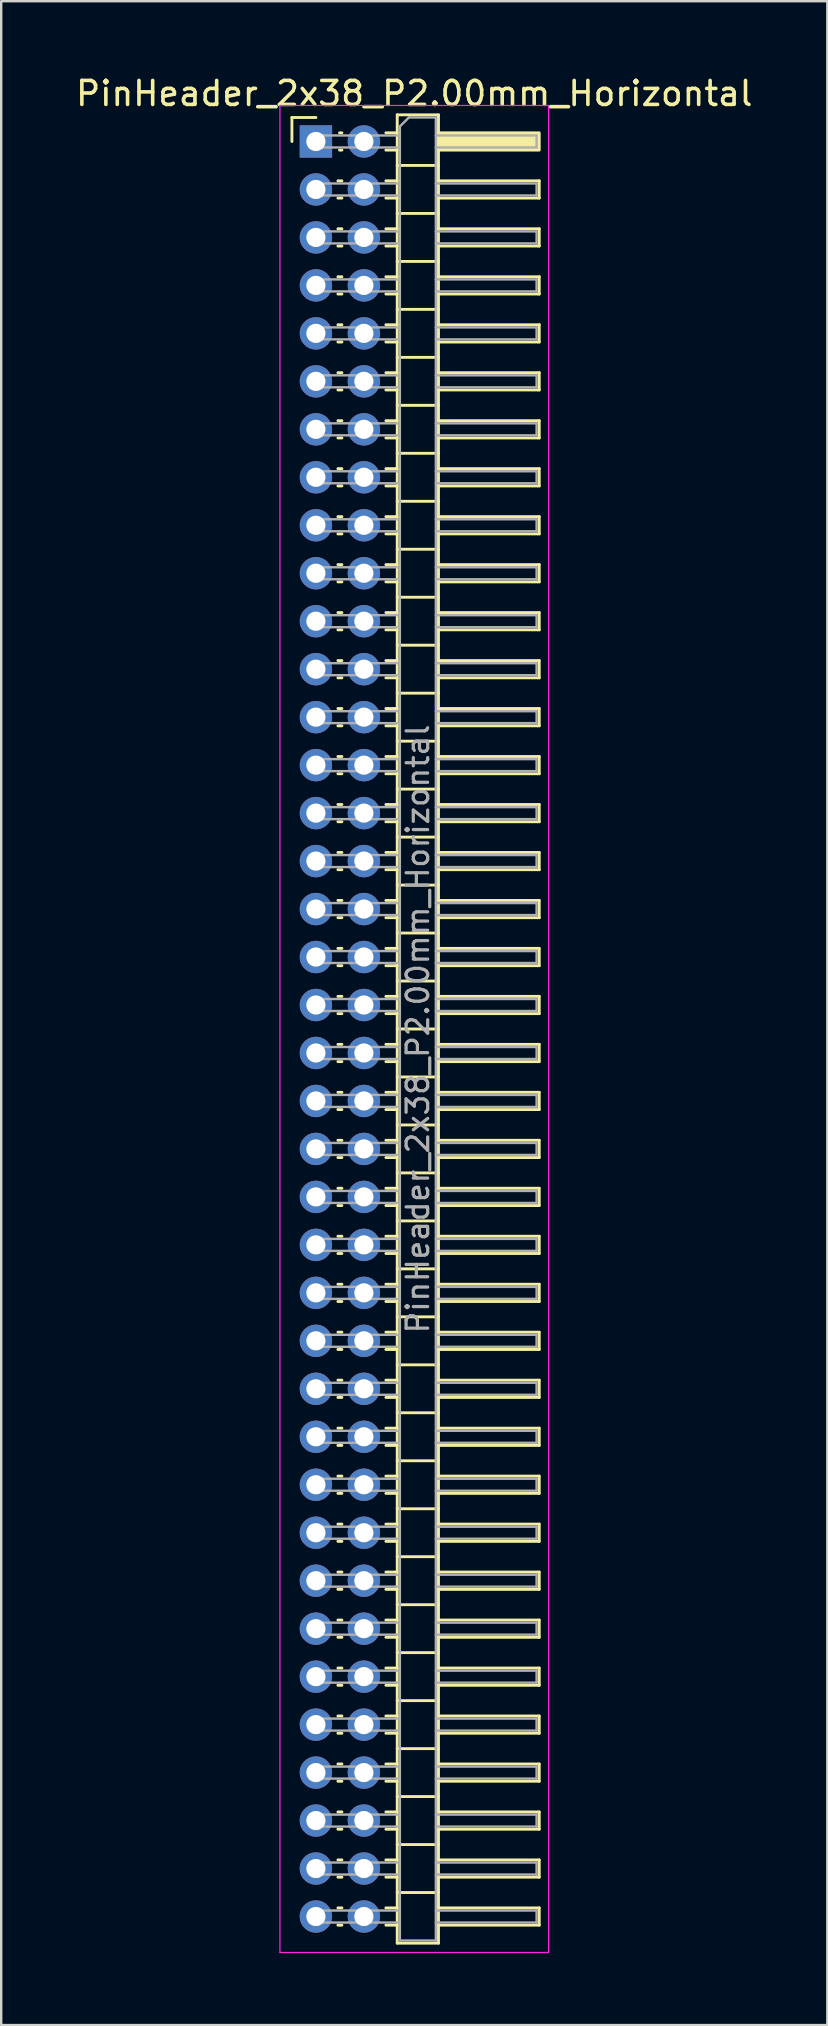
<source format=kicad_pcb>
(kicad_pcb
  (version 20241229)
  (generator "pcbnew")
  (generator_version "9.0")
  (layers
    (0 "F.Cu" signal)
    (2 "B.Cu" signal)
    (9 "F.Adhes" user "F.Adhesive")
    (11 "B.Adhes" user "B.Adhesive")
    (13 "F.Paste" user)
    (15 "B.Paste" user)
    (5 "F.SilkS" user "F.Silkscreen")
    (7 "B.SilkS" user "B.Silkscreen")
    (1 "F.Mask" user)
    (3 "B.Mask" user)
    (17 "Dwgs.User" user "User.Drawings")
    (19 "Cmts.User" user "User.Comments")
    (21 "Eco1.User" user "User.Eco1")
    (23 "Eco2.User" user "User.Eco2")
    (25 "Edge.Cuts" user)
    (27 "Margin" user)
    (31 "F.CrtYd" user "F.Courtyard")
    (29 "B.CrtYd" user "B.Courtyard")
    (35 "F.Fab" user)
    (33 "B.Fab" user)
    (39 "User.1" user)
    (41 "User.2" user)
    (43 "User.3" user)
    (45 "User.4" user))
  (footprint "PinHeader_2x38_P2.00mm_Horizontal"
    (layer "F.Cu")
    (at 10.12 2.848)
    (property "Reference" "PinHeader_2x38_P2.00mm_Horizontal" (at 4.1 -2 0) (layer "F.SilkS") (effects (font (size 1 1) (thickness 0.15))))
    (attr through_hole)
    (fp_line (start -1 -1) (end 0 -1) (stroke (width 0.12) (type solid)) (layer "F.SilkS"))
    (fp_line (start -1 0) (end -1 -1) (stroke (width 0.12) (type solid)) (layer "F.SilkS"))
    (fp_line (start 0.917 1.64) (end 1.083 1.64) (stroke (width 0.12) (type solid)) (layer "F.SilkS"))
    (fp_line (start 0.917 2.36) (end 1.083 2.36) (stroke (width 0.12) (type solid)) (layer "F.SilkS"))
    (fp_line (start 0.917 3.64) (end 1.083 3.64) (stroke (width 0.12) (type solid)) (layer "F.SilkS"))
    (fp_line (start 0.917 4.36) (end 1.083 4.36) (stroke (width 0.12) (type solid)) (layer "F.SilkS"))
    (fp_line (start 0.917 5.64) (end 1.083 5.64) (stroke (width 0.12) (type solid)) (layer "F.SilkS"))
    (fp_line (start 0.917 6.36) (end 1.083 6.36) (stroke (width 0.12) (type solid)) (layer "F.SilkS"))
    (fp_line (start 0.917 7.64) (end 1.083 7.64) (stroke (width 0.12) (type solid)) (layer "F.SilkS"))
    (fp_line (start 0.917 8.36) (end 1.083 8.36) (stroke (width 0.12) (type solid)) (layer "F.SilkS"))
    (fp_line (start 0.917 9.64) (end 1.083 9.64) (stroke (width 0.12) (type solid)) (layer "F.SilkS"))
    (fp_line (start 0.917 10.36) (end 1.083 10.36) (stroke (width 0.12) (type solid)) (layer "F.SilkS"))
    (fp_line (start 0.917 11.64) (end 1.083 11.64) (stroke (width 0.12) (type solid)) (layer "F.SilkS"))
    (fp_line (start 0.917 12.36) (end 1.083 12.36) (stroke (width 0.12) (type solid)) (layer "F.SilkS"))
    (fp_line (start 0.917 13.64) (end 1.083 13.64) (stroke (width 0.12) (type solid)) (layer "F.SilkS"))
    (fp_line (start 0.917 14.36) (end 1.083 14.36) (stroke (width 0.12) (type solid)) (layer "F.SilkS"))
    (fp_line (start 0.917 15.64) (end 1.083 15.64) (stroke (width 0.12) (type solid)) (layer "F.SilkS"))
    (fp_line (start 0.917 16.36) (end 1.083 16.36) (stroke (width 0.12) (type solid)) (layer "F.SilkS"))
    (fp_line (start 0.917 17.64) (end 1.083 17.64) (stroke (width 0.12) (type solid)) (layer "F.SilkS"))
    (fp_line (start 0.917 18.36) (end 1.083 18.36) (stroke (width 0.12) (type solid)) (layer "F.SilkS"))
    (fp_line (start 0.917 19.64) (end 1.083 19.64) (stroke (width 0.12) (type solid)) (layer "F.SilkS"))
    (fp_line (start 0.917 20.36) (end 1.083 20.36) (stroke (width 0.12) (type solid)) (layer "F.SilkS"))
    (fp_line (start 0.917 21.64) (end 1.083 21.64) (stroke (width 0.12) (type solid)) (layer "F.SilkS"))
    (fp_line (start 0.917 22.36) (end 1.083 22.36) (stroke (width 0.12) (type solid)) (layer "F.SilkS"))
    (fp_line (start 0.917 23.64) (end 1.083 23.64) (stroke (width 0.12) (type solid)) (layer "F.SilkS"))
    (fp_line (start 0.917 24.36) (end 1.083 24.36) (stroke (width 0.12) (type solid)) (layer "F.SilkS"))
    (fp_line (start 0.917 25.64) (end 1.083 25.64) (stroke (width 0.12) (type solid)) (layer "F.SilkS"))
    (fp_line (start 0.917 26.36) (end 1.083 26.36) (stroke (width 0.12) (type solid)) (layer "F.SilkS"))
    (fp_line (start 0.917 27.64) (end 1.083 27.64) (stroke (width 0.12) (type solid)) (layer "F.SilkS"))
    (fp_line (start 0.917 28.36) (end 1.083 28.36) (stroke (width 0.12) (type solid)) (layer "F.SilkS"))
    (fp_line (start 0.917 29.64) (end 1.083 29.64) (stroke (width 0.12) (type solid)) (layer "F.SilkS"))
    (fp_line (start 0.917 30.36) (end 1.083 30.36) (stroke (width 0.12) (type solid)) (layer "F.SilkS"))
    (fp_line (start 0.917 31.64) (end 1.083 31.64) (stroke (width 0.12) (type solid)) (layer "F.SilkS"))
    (fp_line (start 0.917 32.36) (end 1.083 32.36) (stroke (width 0.12) (type solid)) (layer "F.SilkS"))
    (fp_line (start 0.917 33.64) (end 1.083 33.64) (stroke (width 0.12) (type solid)) (layer "F.SilkS"))
    (fp_line (start 0.917 34.36) (end 1.083 34.36) (stroke (width 0.12) (type solid)) (layer "F.SilkS"))
    (fp_line (start 0.917 35.64) (end 1.083 35.64) (stroke (width 0.12) (type solid)) (layer "F.SilkS"))
    (fp_line (start 0.917 36.36) (end 1.083 36.36) (stroke (width 0.12) (type solid)) (layer "F.SilkS"))
    (fp_line (start 0.917 37.64) (end 1.083 37.64) (stroke (width 0.12) (type solid)) (layer "F.SilkS"))
    (fp_line (start 0.917 38.36) (end 1.083 38.36) (stroke (width 0.12) (type solid)) (layer "F.SilkS"))
    (fp_line (start 0.917 39.64) (end 1.083 39.64) (stroke (width 0.12) (type solid)) (layer "F.SilkS"))
    (fp_line (start 0.917 40.36) (end 1.083 40.36) (stroke (width 0.12) (type solid)) (layer "F.SilkS"))
    (fp_line (start 0.917 41.64) (end 1.083 41.64) (stroke (width 0.12) (type solid)) (layer "F.SilkS"))
    (fp_line (start 0.917 42.36) (end 1.083 42.36) (stroke (width 0.12) (type solid)) (layer "F.SilkS"))
    (fp_line (start 0.917 43.64) (end 1.083 43.64) (stroke (width 0.12) (type solid)) (layer "F.SilkS"))
    (fp_line (start 0.917 44.36) (end 1.083 44.36) (stroke (width 0.12) (type solid)) (layer "F.SilkS"))
    (fp_line (start 0.917 45.64) (end 1.083 45.64) (stroke (width 0.12) (type solid)) (layer "F.SilkS"))
    (fp_line (start 0.917 46.36) (end 1.083 46.36) (stroke (width 0.12) (type solid)) (layer "F.SilkS"))
    (fp_line (start 0.917 47.64) (end 1.083 47.64) (stroke (width 0.12) (type solid)) (layer "F.SilkS"))
    (fp_line (start 0.917 48.36) (end 1.083 48.36) (stroke (width 0.12) (type solid)) (layer "F.SilkS"))
    (fp_line (start 0.917 49.64) (end 1.083 49.64) (stroke (width 0.12) (type solid)) (layer "F.SilkS"))
    (fp_line (start 0.917 50.36) (end 1.083 50.36) (stroke (width 0.12) (type solid)) (layer "F.SilkS"))
    (fp_line (start 0.917 51.64) (end 1.083 51.64) (stroke (width 0.12) (type solid)) (layer "F.SilkS"))
    (fp_line (start 0.917 52.36) (end 1.083 52.36) (stroke (width 0.12) (type solid)) (layer "F.SilkS"))
    (fp_line (start 0.917 53.64) (end 1.083 53.64) (stroke (width 0.12) (type solid)) (layer "F.SilkS"))
    (fp_line (start 0.917 54.36) (end 1.083 54.36) (stroke (width 0.12) (type solid)) (layer "F.SilkS"))
    (fp_line (start 0.917 55.64) (end 1.083 55.64) (stroke (width 0.12) (type solid)) (layer "F.SilkS"))
    (fp_line (start 0.917 56.36) (end 1.083 56.36) (stroke (width 0.12) (type solid)) (layer "F.SilkS"))
    (fp_line (start 0.917 57.64) (end 1.083 57.64) (stroke (width 0.12) (type solid)) (layer "F.SilkS"))
    (fp_line (start 0.917 58.36) (end 1.083 58.36) (stroke (width 0.12) (type solid)) (layer "F.SilkS"))
    (fp_line (start 0.917 59.64) (end 1.083 59.64) (stroke (width 0.12) (type solid)) (layer "F.SilkS"))
    (fp_line (start 0.917 60.36) (end 1.083 60.36) (stroke (width 0.12) (type solid)) (layer "F.SilkS"))
    (fp_line (start 0.917 61.64) (end 1.083 61.64) (stroke (width 0.12) (type solid)) (layer "F.SilkS"))
    (fp_line (start 0.917 62.36) (end 1.083 62.36) (stroke (width 0.12) (type solid)) (layer "F.SilkS"))
    (fp_line (start 0.917 63.64) (end 1.083 63.64) (stroke (width 0.12) (type solid)) (layer "F.SilkS"))
    (fp_line (start 0.917 64.36) (end 1.083 64.36) (stroke (width 0.12) (type solid)) (layer "F.SilkS"))
    (fp_line (start 0.917 65.64) (end 1.083 65.64) (stroke (width 0.12) (type solid)) (layer "F.SilkS"))
    (fp_line (start 0.917 66.36) (end 1.083 66.36) (stroke (width 0.12) (type solid)) (layer "F.SilkS"))
    (fp_line (start 0.917 67.64) (end 1.083 67.64) (stroke (width 0.12) (type solid)) (layer "F.SilkS"))
    (fp_line (start 0.917 68.36) (end 1.083 68.36) (stroke (width 0.12) (type solid)) (layer "F.SilkS"))
    (fp_line (start 0.917 69.64) (end 1.083 69.64) (stroke (width 0.12) (type solid)) (layer "F.SilkS"))
    (fp_line (start 0.917 70.36) (end 1.083 70.36) (stroke (width 0.12) (type solid)) (layer "F.SilkS"))
    (fp_line (start 0.917 71.64) (end 1.083 71.64) (stroke (width 0.12) (type solid)) (layer "F.SilkS"))
    (fp_line (start 0.917 72.36) (end 1.083 72.36) (stroke (width 0.12) (type solid)) (layer "F.SilkS"))
    (fp_line (start 0.917 73.64) (end 1.083 73.64) (stroke (width 0.12) (type solid)) (layer "F.SilkS"))
    (fp_line (start 0.917 74.36) (end 1.083 74.36) (stroke (width 0.12) (type solid)) (layer "F.SilkS"))
    (fp_line (start 0.985 -0.36) (end 1.083 -0.36) (stroke (width 0.12) (type solid)) (layer "F.SilkS"))
    (fp_line (start 0.985 0.36) (end 1.083 0.36) (stroke (width 0.12) (type solid)) (layer "F.SilkS"))
    (fp_line (start 2.917 -0.36) (end 3.39 -0.36) (stroke (width 0.12) (type solid)) (layer "F.SilkS"))
    (fp_line (start 2.917 0.36) (end 3.39 0.36) (stroke (width 0.12) (type solid)) (layer "F.SilkS"))
    (fp_line (start 2.917 1.64) (end 3.39 1.64) (stroke (width 0.12) (type solid)) (layer "F.SilkS"))
    (fp_line (start 2.917 2.36) (end 3.39 2.36) (stroke (width 0.12) (type solid)) (layer "F.SilkS"))
    (fp_line (start 2.917 3.64) (end 3.39 3.64) (stroke (width 0.12) (type solid)) (layer "F.SilkS"))
    (fp_line (start 2.917 4.36) (end 3.39 4.36) (stroke (width 0.12) (type solid)) (layer "F.SilkS"))
    (fp_line (start 2.917 5.64) (end 3.39 5.64) (stroke (width 0.12) (type solid)) (layer "F.SilkS"))
    (fp_line (start 2.917 6.36) (end 3.39 6.36) (stroke (width 0.12) (type solid)) (layer "F.SilkS"))
    (fp_line (start 2.917 7.64) (end 3.39 7.64) (stroke (width 0.12) (type solid)) (layer "F.SilkS"))
    (fp_line (start 2.917 8.36) (end 3.39 8.36) (stroke (width 0.12) (type solid)) (layer "F.SilkS"))
    (fp_line (start 2.917 9.64) (end 3.39 9.64) (stroke (width 0.12) (type solid)) (layer "F.SilkS"))
    (fp_line (start 2.917 10.36) (end 3.39 10.36) (stroke (width 0.12) (type solid)) (layer "F.SilkS"))
    (fp_line (start 2.917 11.64) (end 3.39 11.64) (stroke (width 0.12) (type solid)) (layer "F.SilkS"))
    (fp_line (start 2.917 12.36) (end 3.39 12.36) (stroke (width 0.12) (type solid)) (layer "F.SilkS"))
    (fp_line (start 2.917 13.64) (end 3.39 13.64) (stroke (width 0.12) (type solid)) (layer "F.SilkS"))
    (fp_line (start 2.917 14.36) (end 3.39 14.36) (stroke (width 0.12) (type solid)) (layer "F.SilkS"))
    (fp_line (start 2.917 15.64) (end 3.39 15.64) (stroke (width 0.12) (type solid)) (layer "F.SilkS"))
    (fp_line (start 2.917 16.36) (end 3.39 16.36) (stroke (width 0.12) (type solid)) (layer "F.SilkS"))
    (fp_line (start 2.917 17.64) (end 3.39 17.64) (stroke (width 0.12) (type solid)) (layer "F.SilkS"))
    (fp_line (start 2.917 18.36) (end 3.39 18.36) (stroke (width 0.12) (type solid)) (layer "F.SilkS"))
    (fp_line (start 2.917 19.64) (end 3.39 19.64) (stroke (width 0.12) (type solid)) (layer "F.SilkS"))
    (fp_line (start 2.917 20.36) (end 3.39 20.36) (stroke (width 0.12) (type solid)) (layer "F.SilkS"))
    (fp_line (start 2.917 21.64) (end 3.39 21.64) (stroke (width 0.12) (type solid)) (layer "F.SilkS"))
    (fp_line (start 2.917 22.36) (end 3.39 22.36) (stroke (width 0.12) (type solid)) (layer "F.SilkS"))
    (fp_line (start 2.917 23.64) (end 3.39 23.64) (stroke (width 0.12) (type solid)) (layer "F.SilkS"))
    (fp_line (start 2.917 24.36) (end 3.39 24.36) (stroke (width 0.12) (type solid)) (layer "F.SilkS"))
    (fp_line (start 2.917 25.64) (end 3.39 25.64) (stroke (width 0.12) (type solid)) (layer "F.SilkS"))
    (fp_line (start 2.917 26.36) (end 3.39 26.36) (stroke (width 0.12) (type solid)) (layer "F.SilkS"))
    (fp_line (start 2.917 27.64) (end 3.39 27.64) (stroke (width 0.12) (type solid)) (layer "F.SilkS"))
    (fp_line (start 2.917 28.36) (end 3.39 28.36) (stroke (width 0.12) (type solid)) (layer "F.SilkS"))
    (fp_line (start 2.917 29.64) (end 3.39 29.64) (stroke (width 0.12) (type solid)) (layer "F.SilkS"))
    (fp_line (start 2.917 30.36) (end 3.39 30.36) (stroke (width 0.12) (type solid)) (layer "F.SilkS"))
    (fp_line (start 2.917 31.64) (end 3.39 31.64) (stroke (width 0.12) (type solid)) (layer "F.SilkS"))
    (fp_line (start 2.917 32.36) (end 3.39 32.36) (stroke (width 0.12) (type solid)) (layer "F.SilkS"))
    (fp_line (start 2.917 33.64) (end 3.39 33.64) (stroke (width 0.12) (type solid)) (layer "F.SilkS"))
    (fp_line (start 2.917 34.36) (end 3.39 34.36) (stroke (width 0.12) (type solid)) (layer "F.SilkS"))
    (fp_line (start 2.917 35.64) (end 3.39 35.64) (stroke (width 0.12) (type solid)) (layer "F.SilkS"))
    (fp_line (start 2.917 36.36) (end 3.39 36.36) (stroke (width 0.12) (type solid)) (layer "F.SilkS"))
    (fp_line (start 2.917 37.64) (end 3.39 37.64) (stroke (width 0.12) (type solid)) (layer "F.SilkS"))
    (fp_line (start 2.917 38.36) (end 3.39 38.36) (stroke (width 0.12) (type solid)) (layer "F.SilkS"))
    (fp_line (start 2.917 39.64) (end 3.39 39.64) (stroke (width 0.12) (type solid)) (layer "F.SilkS"))
    (fp_line (start 2.917 40.36) (end 3.39 40.36) (stroke (width 0.12) (type solid)) (layer "F.SilkS"))
    (fp_line (start 2.917 41.64) (end 3.39 41.64) (stroke (width 0.12) (type solid)) (layer "F.SilkS"))
    (fp_line (start 2.917 42.36) (end 3.39 42.36) (stroke (width 0.12) (type solid)) (layer "F.SilkS"))
    (fp_line (start 2.917 43.64) (end 3.39 43.64) (stroke (width 0.12) (type solid)) (layer "F.SilkS"))
    (fp_line (start 2.917 44.36) (end 3.39 44.36) (stroke (width 0.12) (type solid)) (layer "F.SilkS"))
    (fp_line (start 2.917 45.64) (end 3.39 45.64) (stroke (width 0.12) (type solid)) (layer "F.SilkS"))
    (fp_line (start 2.917 46.36) (end 3.39 46.36) (stroke (width 0.12) (type solid)) (layer "F.SilkS"))
    (fp_line (start 2.917 47.64) (end 3.39 47.64) (stroke (width 0.12) (type solid)) (layer "F.SilkS"))
    (fp_line (start 2.917 48.36) (end 3.39 48.36) (stroke (width 0.12) (type solid)) (layer "F.SilkS"))
    (fp_line (start 2.917 49.64) (end 3.39 49.64) (stroke (width 0.12) (type solid)) (layer "F.SilkS"))
    (fp_line (start 2.917 50.36) (end 3.39 50.36) (stroke (width 0.12) (type solid)) (layer "F.SilkS"))
    (fp_line (start 2.917 51.64) (end 3.39 51.64) (stroke (width 0.12) (type solid)) (layer "F.SilkS"))
    (fp_line (start 2.917 52.36) (end 3.39 52.36) (stroke (width 0.12) (type solid)) (layer "F.SilkS"))
    (fp_line (start 2.917 53.64) (end 3.39 53.64) (stroke (width 0.12) (type solid)) (layer "F.SilkS"))
    (fp_line (start 2.917 54.36) (end 3.39 54.36) (stroke (width 0.12) (type solid)) (layer "F.SilkS"))
    (fp_line (start 2.917 55.64) (end 3.39 55.64) (stroke (width 0.12) (type solid)) (layer "F.SilkS"))
    (fp_line (start 2.917 56.36) (end 3.39 56.36) (stroke (width 0.12) (type solid)) (layer "F.SilkS"))
    (fp_line (start 2.917 57.64) (end 3.39 57.64) (stroke (width 0.12) (type solid)) (layer "F.SilkS"))
    (fp_line (start 2.917 58.36) (end 3.39 58.36) (stroke (width 0.12) (type solid)) (layer "F.SilkS"))
    (fp_line (start 2.917 59.64) (end 3.39 59.64) (stroke (width 0.12) (type solid)) (layer "F.SilkS"))
    (fp_line (start 2.917 60.36) (end 3.39 60.36) (stroke (width 0.12) (type solid)) (layer "F.SilkS"))
    (fp_line (start 2.917 61.64) (end 3.39 61.64) (stroke (width 0.12) (type solid)) (layer "F.SilkS"))
    (fp_line (start 2.917 62.36) (end 3.39 62.36) (stroke (width 0.12) (type solid)) (layer "F.SilkS"))
    (fp_line (start 2.917 63.64) (end 3.39 63.64) (stroke (width 0.12) (type solid)) (layer "F.SilkS"))
    (fp_line (start 2.917 64.36) (end 3.39 64.36) (stroke (width 0.12) (type solid)) (layer "F.SilkS"))
    (fp_line (start 2.917 65.64) (end 3.39 65.64) (stroke (width 0.12) (type solid)) (layer "F.SilkS"))
    (fp_line (start 2.917 66.36) (end 3.39 66.36) (stroke (width 0.12) (type solid)) (layer "F.SilkS"))
    (fp_line (start 2.917 67.64) (end 3.39 67.64) (stroke (width 0.12) (type solid)) (layer "F.SilkS"))
    (fp_line (start 2.917 68.36) (end 3.39 68.36) (stroke (width 0.12) (type solid)) (layer "F.SilkS"))
    (fp_line (start 2.917 69.64) (end 3.39 69.64) (stroke (width 0.12) (type solid)) (layer "F.SilkS"))
    (fp_line (start 2.917 70.36) (end 3.39 70.36) (stroke (width 0.12) (type solid)) (layer "F.SilkS"))
    (fp_line (start 2.917 71.64) (end 3.39 71.64) (stroke (width 0.12) (type solid)) (layer "F.SilkS"))
    (fp_line (start 2.917 72.36) (end 3.39 72.36) (stroke (width 0.12) (type solid)) (layer "F.SilkS"))
    (fp_line (start 2.917 73.64) (end 3.39 73.64) (stroke (width 0.12) (type solid)) (layer "F.SilkS"))
    (fp_line (start 2.917 74.36) (end 3.39 74.36) (stroke (width 0.12) (type solid)) (layer "F.SilkS"))
    (fp_line (start 3.39 -1.11) (end 3.39 75.11) (stroke (width 0.12) (type solid)) (layer "F.SilkS"))
    (fp_line (start 3.39 1) (end 5.11 1) (stroke (width 0.12) (type solid)) (layer "F.SilkS"))
    (fp_line (start 3.39 3) (end 5.11 3) (stroke (width 0.12) (type solid)) (layer "F.SilkS"))
    (fp_line (start 3.39 5) (end 5.11 5) (stroke (width 0.12) (type solid)) (layer "F.SilkS"))
    (fp_line (start 3.39 7) (end 5.11 7) (stroke (width 0.12) (type solid)) (layer "F.SilkS"))
    (fp_line (start 3.39 9) (end 5.11 9) (stroke (width 0.12) (type solid)) (layer "F.SilkS"))
    (fp_line (start 3.39 11) (end 5.11 11) (stroke (width 0.12) (type solid)) (layer "F.SilkS"))
    (fp_line (start 3.39 13) (end 5.11 13) (stroke (width 0.12) (type solid)) (layer "F.SilkS"))
    (fp_line (start 3.39 15) (end 5.11 15) (stroke (width 0.12) (type solid)) (layer "F.SilkS"))
    (fp_line (start 3.39 17) (end 5.11 17) (stroke (width 0.12) (type solid)) (layer "F.SilkS"))
    (fp_line (start 3.39 19) (end 5.11 19) (stroke (width 0.12) (type solid)) (layer "F.SilkS"))
    (fp_line (start 3.39 21) (end 5.11 21) (stroke (width 0.12) (type solid)) (layer "F.SilkS"))
    (fp_line (start 3.39 23) (end 5.11 23) (stroke (width 0.12) (type solid)) (layer "F.SilkS"))
    (fp_line (start 3.39 25) (end 5.11 25) (stroke (width 0.12) (type solid)) (layer "F.SilkS"))
    (fp_line (start 3.39 27) (end 5.11 27) (stroke (width 0.12) (type solid)) (layer "F.SilkS"))
    (fp_line (start 3.39 29) (end 5.11 29) (stroke (width 0.12) (type solid)) (layer "F.SilkS"))
    (fp_line (start 3.39 31) (end 5.11 31) (stroke (width 0.12) (type solid)) (layer "F.SilkS"))
    (fp_line (start 3.39 33) (end 5.11 33) (stroke (width 0.12) (type solid)) (layer "F.SilkS"))
    (fp_line (start 3.39 35) (end 5.11 35) (stroke (width 0.12) (type solid)) (layer "F.SilkS"))
    (fp_line (start 3.39 37) (end 5.11 37) (stroke (width 0.12) (type solid)) (layer "F.SilkS"))
    (fp_line (start 3.39 39) (end 5.11 39) (stroke (width 0.12) (type solid)) (layer "F.SilkS"))
    (fp_line (start 3.39 41) (end 5.11 41) (stroke (width 0.12) (type solid)) (layer "F.SilkS"))
    (fp_line (start 3.39 43) (end 5.11 43) (stroke (width 0.12) (type solid)) (layer "F.SilkS"))
    (fp_line (start 3.39 45) (end 5.11 45) (stroke (width 0.12) (type solid)) (layer "F.SilkS"))
    (fp_line (start 3.39 47) (end 5.11 47) (stroke (width 0.12) (type solid)) (layer "F.SilkS"))
    (fp_line (start 3.39 49) (end 5.11 49) (stroke (width 0.12) (type solid)) (layer "F.SilkS"))
    (fp_line (start 3.39 51) (end 5.11 51) (stroke (width 0.12) (type solid)) (layer "F.SilkS"))
    (fp_line (start 3.39 53) (end 5.11 53) (stroke (width 0.12) (type solid)) (layer "F.SilkS"))
    (fp_line (start 3.39 55) (end 5.11 55) (stroke (width 0.12) (type solid)) (layer "F.SilkS"))
    (fp_line (start 3.39 57) (end 5.11 57) (stroke (width 0.12) (type solid)) (layer "F.SilkS"))
    (fp_line (start 3.39 59) (end 5.11 59) (stroke (width 0.12) (type solid)) (layer "F.SilkS"))
    (fp_line (start 3.39 61) (end 5.11 61) (stroke (width 0.12) (type solid)) (layer "F.SilkS"))
    (fp_line (start 3.39 63) (end 5.11 63) (stroke (width 0.12) (type solid)) (layer "F.SilkS"))
    (fp_line (start 3.39 65) (end 5.11 65) (stroke (width 0.12) (type solid)) (layer "F.SilkS"))
    (fp_line (start 3.39 67) (end 5.11 67) (stroke (width 0.12) (type solid)) (layer "F.SilkS"))
    (fp_line (start 3.39 69) (end 5.11 69) (stroke (width 0.12) (type solid)) (layer "F.SilkS"))
    (fp_line (start 3.39 71) (end 5.11 71) (stroke (width 0.12) (type solid)) (layer "F.SilkS"))
    (fp_line (start 3.39 73) (end 5.11 73) (stroke (width 0.12) (type solid)) (layer "F.SilkS"))
    (fp_line (start 3.39 75.11) (end 5.11 75.11) (stroke (width 0.12) (type solid)) (layer "F.SilkS"))
    (fp_line (start 5.11 -1.11) (end 3.39 -1.11) (stroke (width 0.12) (type solid)) (layer "F.SilkS"))
    (fp_line (start 5.11 1.64) (end 9.31 1.64) (stroke (width 0.12) (type solid)) (layer "F.SilkS"))
    (fp_line (start 5.11 3.64) (end 9.31 3.64) (stroke (width 0.12) (type solid)) (layer "F.SilkS"))
    (fp_line (start 5.11 5.64) (end 9.31 5.64) (stroke (width 0.12) (type solid)) (layer "F.SilkS"))
    (fp_line (start 5.11 7.64) (end 9.31 7.64) (stroke (width 0.12) (type solid)) (layer "F.SilkS"))
    (fp_line (start 5.11 9.64) (end 9.31 9.64) (stroke (width 0.12) (type solid)) (layer "F.SilkS"))
    (fp_line (start 5.11 11.64) (end 9.31 11.64) (stroke (width 0.12) (type solid)) (layer "F.SilkS"))
    (fp_line (start 5.11 13.64) (end 9.31 13.64) (stroke (width 0.12) (type solid)) (layer "F.SilkS"))
    (fp_line (start 5.11 15.64) (end 9.31 15.64) (stroke (width 0.12) (type solid)) (layer "F.SilkS"))
    (fp_line (start 5.11 17.64) (end 9.31 17.64) (stroke (width 0.12) (type solid)) (layer "F.SilkS"))
    (fp_line (start 5.11 19.64) (end 9.31 19.64) (stroke (width 0.12) (type solid)) (layer "F.SilkS"))
    (fp_line (start 5.11 21.64) (end 9.31 21.64) (stroke (width 0.12) (type solid)) (layer "F.SilkS"))
    (fp_line (start 5.11 23.64) (end 9.31 23.64) (stroke (width 0.12) (type solid)) (layer "F.SilkS"))
    (fp_line (start 5.11 25.64) (end 9.31 25.64) (stroke (width 0.12) (type solid)) (layer "F.SilkS"))
    (fp_line (start 5.11 27.64) (end 9.31 27.64) (stroke (width 0.12) (type solid)) (layer "F.SilkS"))
    (fp_line (start 5.11 29.64) (end 9.31 29.64) (stroke (width 0.12) (type solid)) (layer "F.SilkS"))
    (fp_line (start 5.11 31.64) (end 9.31 31.64) (stroke (width 0.12) (type solid)) (layer "F.SilkS"))
    (fp_line (start 5.11 33.64) (end 9.31 33.64) (stroke (width 0.12) (type solid)) (layer "F.SilkS"))
    (fp_line (start 5.11 35.64) (end 9.31 35.64) (stroke (width 0.12) (type solid)) (layer "F.SilkS"))
    (fp_line (start 5.11 37.64) (end 9.31 37.64) (stroke (width 0.12) (type solid)) (layer "F.SilkS"))
    (fp_line (start 5.11 39.64) (end 9.31 39.64) (stroke (width 0.12) (type solid)) (layer "F.SilkS"))
    (fp_line (start 5.11 41.64) (end 9.31 41.64) (stroke (width 0.12) (type solid)) (layer "F.SilkS"))
    (fp_line (start 5.11 43.64) (end 9.31 43.64) (stroke (width 0.12) (type solid)) (layer "F.SilkS"))
    (fp_line (start 5.11 45.64) (end 9.31 45.64) (stroke (width 0.12) (type solid)) (layer "F.SilkS"))
    (fp_line (start 5.11 47.64) (end 9.31 47.64) (stroke (width 0.12) (type solid)) (layer "F.SilkS"))
    (fp_line (start 5.11 49.64) (end 9.31 49.64) (stroke (width 0.12) (type solid)) (layer "F.SilkS"))
    (fp_line (start 5.11 51.64) (end 9.31 51.64) (stroke (width 0.12) (type solid)) (layer "F.SilkS"))
    (fp_line (start 5.11 53.64) (end 9.31 53.64) (stroke (width 0.12) (type solid)) (layer "F.SilkS"))
    (fp_line (start 5.11 55.64) (end 9.31 55.64) (stroke (width 0.12) (type solid)) (layer "F.SilkS"))
    (fp_line (start 5.11 57.64) (end 9.31 57.64) (stroke (width 0.12) (type solid)) (layer "F.SilkS"))
    (fp_line (start 5.11 59.64) (end 9.31 59.64) (stroke (width 0.12) (type solid)) (layer "F.SilkS"))
    (fp_line (start 5.11 61.64) (end 9.31 61.64) (stroke (width 0.12) (type solid)) (layer "F.SilkS"))
    (fp_line (start 5.11 63.64) (end 9.31 63.64) (stroke (width 0.12) (type solid)) (layer "F.SilkS"))
    (fp_line (start 5.11 65.64) (end 9.31 65.64) (stroke (width 0.12) (type solid)) (layer "F.SilkS"))
    (fp_line (start 5.11 67.64) (end 9.31 67.64) (stroke (width 0.12) (type solid)) (layer "F.SilkS"))
    (fp_line (start 5.11 69.64) (end 9.31 69.64) (stroke (width 0.12) (type solid)) (layer "F.SilkS"))
    (fp_line (start 5.11 71.64) (end 9.31 71.64) (stroke (width 0.12) (type solid)) (layer "F.SilkS"))
    (fp_line (start 5.11 73.64) (end 9.31 73.64) (stroke (width 0.12) (type solid)) (layer "F.SilkS"))
    (fp_line (start 5.11 75.11) (end 5.11 -1.11) (stroke (width 0.12) (type solid)) (layer "F.SilkS"))
    (fp_line (start 9.31 1.64) (end 9.31 2.36) (stroke (width 0.12) (type solid)) (layer "F.SilkS"))
    (fp_line (start 9.31 2.36) (end 5.11 2.36) (stroke (width 0.12) (type solid)) (layer "F.SilkS"))
    (fp_line (start 9.31 3.64) (end 9.31 4.36) (stroke (width 0.12) (type solid)) (layer "F.SilkS"))
    (fp_line (start 9.31 4.36) (end 5.11 4.36) (stroke (width 0.12) (type solid)) (layer "F.SilkS"))
    (fp_line (start 9.31 5.64) (end 9.31 6.36) (stroke (width 0.12) (type solid)) (layer "F.SilkS"))
    (fp_line (start 9.31 6.36) (end 5.11 6.36) (stroke (width 0.12) (type solid)) (layer "F.SilkS"))
    (fp_line (start 9.31 7.64) (end 9.31 8.36) (stroke (width 0.12) (type solid)) (layer "F.SilkS"))
    (fp_line (start 9.31 8.36) (end 5.11 8.36) (stroke (width 0.12) (type solid)) (layer "F.SilkS"))
    (fp_line (start 9.31 9.64) (end 9.31 10.36) (stroke (width 0.12) (type solid)) (layer "F.SilkS"))
    (fp_line (start 9.31 10.36) (end 5.11 10.36) (stroke (width 0.12) (type solid)) (layer "F.SilkS"))
    (fp_line (start 9.31 11.64) (end 9.31 12.36) (stroke (width 0.12) (type solid)) (layer "F.SilkS"))
    (fp_line (start 9.31 12.36) (end 5.11 12.36) (stroke (width 0.12) (type solid)) (layer "F.SilkS"))
    (fp_line (start 9.31 13.64) (end 9.31 14.36) (stroke (width 0.12) (type solid)) (layer "F.SilkS"))
    (fp_line (start 9.31 14.36) (end 5.11 14.36) (stroke (width 0.12) (type solid)) (layer "F.SilkS"))
    (fp_line (start 9.31 15.64) (end 9.31 16.36) (stroke (width 0.12) (type solid)) (layer "F.SilkS"))
    (fp_line (start 9.31 16.36) (end 5.11 16.36) (stroke (width 0.12) (type solid)) (layer "F.SilkS"))
    (fp_line (start 9.31 17.64) (end 9.31 18.36) (stroke (width 0.12) (type solid)) (layer "F.SilkS"))
    (fp_line (start 9.31 18.36) (end 5.11 18.36) (stroke (width 0.12) (type solid)) (layer "F.SilkS"))
    (fp_line (start 9.31 19.64) (end 9.31 20.36) (stroke (width 0.12) (type solid)) (layer "F.SilkS"))
    (fp_line (start 9.31 20.36) (end 5.11 20.36) (stroke (width 0.12) (type solid)) (layer "F.SilkS"))
    (fp_line (start 9.31 21.64) (end 9.31 22.36) (stroke (width 0.12) (type solid)) (layer "F.SilkS"))
    (fp_line (start 9.31 22.36) (end 5.11 22.36) (stroke (width 0.12) (type solid)) (layer "F.SilkS"))
    (fp_line (start 9.31 23.64) (end 9.31 24.36) (stroke (width 0.12) (type solid)) (layer "F.SilkS"))
    (fp_line (start 9.31 24.36) (end 5.11 24.36) (stroke (width 0.12) (type solid)) (layer "F.SilkS"))
    (fp_line (start 9.31 25.64) (end 9.31 26.36) (stroke (width 0.12) (type solid)) (layer "F.SilkS"))
    (fp_line (start 9.31 26.36) (end 5.11 26.36) (stroke (width 0.12) (type solid)) (layer "F.SilkS"))
    (fp_line (start 9.31 27.64) (end 9.31 28.36) (stroke (width 0.12) (type solid)) (layer "F.SilkS"))
    (fp_line (start 9.31 28.36) (end 5.11 28.36) (stroke (width 0.12) (type solid)) (layer "F.SilkS"))
    (fp_line (start 9.31 29.64) (end 9.31 30.36) (stroke (width 0.12) (type solid)) (layer "F.SilkS"))
    (fp_line (start 9.31 30.36) (end 5.11 30.36) (stroke (width 0.12) (type solid)) (layer "F.SilkS"))
    (fp_line (start 9.31 31.64) (end 9.31 32.36) (stroke (width 0.12) (type solid)) (layer "F.SilkS"))
    (fp_line (start 9.31 32.36) (end 5.11 32.36) (stroke (width 0.12) (type solid)) (layer "F.SilkS"))
    (fp_line (start 9.31 33.64) (end 9.31 34.36) (stroke (width 0.12) (type solid)) (layer "F.SilkS"))
    (fp_line (start 9.31 34.36) (end 5.11 34.36) (stroke (width 0.12) (type solid)) (layer "F.SilkS"))
    (fp_line (start 9.31 35.64) (end 9.31 36.36) (stroke (width 0.12) (type solid)) (layer "F.SilkS"))
    (fp_line (start 9.31 36.36) (end 5.11 36.36) (stroke (width 0.12) (type solid)) (layer "F.SilkS"))
    (fp_line (start 9.31 37.64) (end 9.31 38.36) (stroke (width 0.12) (type solid)) (layer "F.SilkS"))
    (fp_line (start 9.31 38.36) (end 5.11 38.36) (stroke (width 0.12) (type solid)) (layer "F.SilkS"))
    (fp_line (start 9.31 39.64) (end 9.31 40.36) (stroke (width 0.12) (type solid)) (layer "F.SilkS"))
    (fp_line (start 9.31 40.36) (end 5.11 40.36) (stroke (width 0.12) (type solid)) (layer "F.SilkS"))
    (fp_line (start 9.31 41.64) (end 9.31 42.36) (stroke (width 0.12) (type solid)) (layer "F.SilkS"))
    (fp_line (start 9.31 42.36) (end 5.11 42.36) (stroke (width 0.12) (type solid)) (layer "F.SilkS"))
    (fp_line (start 9.31 43.64) (end 9.31 44.36) (stroke (width 0.12) (type solid)) (layer "F.SilkS"))
    (fp_line (start 9.31 44.36) (end 5.11 44.36) (stroke (width 0.12) (type solid)) (layer "F.SilkS"))
    (fp_line (start 9.31 45.64) (end 9.31 46.36) (stroke (width 0.12) (type solid)) (layer "F.SilkS"))
    (fp_line (start 9.31 46.36) (end 5.11 46.36) (stroke (width 0.12) (type solid)) (layer "F.SilkS"))
    (fp_line (start 9.31 47.64) (end 9.31 48.36) (stroke (width 0.12) (type solid)) (layer "F.SilkS"))
    (fp_line (start 9.31 48.36) (end 5.11 48.36) (stroke (width 0.12) (type solid)) (layer "F.SilkS"))
    (fp_line (start 9.31 49.64) (end 9.31 50.36) (stroke (width 0.12) (type solid)) (layer "F.SilkS"))
    (fp_line (start 9.31 50.36) (end 5.11 50.36) (stroke (width 0.12) (type solid)) (layer "F.SilkS"))
    (fp_line (start 9.31 51.64) (end 9.31 52.36) (stroke (width 0.12) (type solid)) (layer "F.SilkS"))
    (fp_line (start 9.31 52.36) (end 5.11 52.36) (stroke (width 0.12) (type solid)) (layer "F.SilkS"))
    (fp_line (start 9.31 53.64) (end 9.31 54.36) (stroke (width 0.12) (type solid)) (layer "F.SilkS"))
    (fp_line (start 9.31 54.36) (end 5.11 54.36) (stroke (width 0.12) (type solid)) (layer "F.SilkS"))
    (fp_line (start 9.31 55.64) (end 9.31 56.36) (stroke (width 0.12) (type solid)) (layer "F.SilkS"))
    (fp_line (start 9.31 56.36) (end 5.11 56.36) (stroke (width 0.12) (type solid)) (layer "F.SilkS"))
    (fp_line (start 9.31 57.64) (end 9.31 58.36) (stroke (width 0.12) (type solid)) (layer "F.SilkS"))
    (fp_line (start 9.31 58.36) (end 5.11 58.36) (stroke (width 0.12) (type solid)) (layer "F.SilkS"))
    (fp_line (start 9.31 59.64) (end 9.31 60.36) (stroke (width 0.12) (type solid)) (layer "F.SilkS"))
    (fp_line (start 9.31 60.36) (end 5.11 60.36) (stroke (width 0.12) (type solid)) (layer "F.SilkS"))
    (fp_line (start 9.31 61.64) (end 9.31 62.36) (stroke (width 0.12) (type solid)) (layer "F.SilkS"))
    (fp_line (start 9.31 62.36) (end 5.11 62.36) (stroke (width 0.12) (type solid)) (layer "F.SilkS"))
    (fp_line (start 9.31 63.64) (end 9.31 64.36) (stroke (width 0.12) (type solid)) (layer "F.SilkS"))
    (fp_line (start 9.31 64.36) (end 5.11 64.36) (stroke (width 0.12) (type solid)) (layer "F.SilkS"))
    (fp_line (start 9.31 65.64) (end 9.31 66.36) (stroke (width 0.12) (type solid)) (layer "F.SilkS"))
    (fp_line (start 9.31 66.36) (end 5.11 66.36) (stroke (width 0.12) (type solid)) (layer "F.SilkS"))
    (fp_line (start 9.31 67.64) (end 9.31 68.36) (stroke (width 0.12) (type solid)) (layer "F.SilkS"))
    (fp_line (start 9.31 68.36) (end 5.11 68.36) (stroke (width 0.12) (type solid)) (layer "F.SilkS"))
    (fp_line (start 9.31 69.64) (end 9.31 70.36) (stroke (width 0.12) (type solid)) (layer "F.SilkS"))
    (fp_line (start 9.31 70.36) (end 5.11 70.36) (stroke (width 0.12) (type solid)) (layer "F.SilkS"))
    (fp_line (start 9.31 71.64) (end 9.31 72.36) (stroke (width 0.12) (type solid)) (layer "F.SilkS"))
    (fp_line (start 9.31 72.36) (end 5.11 72.36) (stroke (width 0.12) (type solid)) (layer "F.SilkS"))
    (fp_line (start 9.31 73.64) (end 9.31 74.36) (stroke (width 0.12) (type solid)) (layer "F.SilkS"))
    (fp_line (start 9.31 74.36) (end 5.11 74.36) (stroke (width 0.12) (type solid)) (layer "F.SilkS"))
    (fp_rect (start 5.11 -0.36) (end 9.31 0.36) (stroke (width 0.12) (type solid)) (fill yes) (layer "F.SilkS"))
    (fp_line (start -1.5 -1.5) (end -1.5 75.5) (stroke (width 0.05) (type solid)) (layer "F.CrtYd"))
    (fp_line (start -1.5 75.5) (end 9.7 75.5) (stroke (width 0.05) (type solid)) (layer "F.CrtYd"))
    (fp_line (start 9.7 -1.5) (end -1.5 -1.5) (stroke (width 0.05) (type solid)) (layer "F.CrtYd"))
    (fp_line (start 9.7 75.5) (end 9.7 -1.5) (stroke (width 0.05) (type solid)) (layer "F.CrtYd"))
    (fp_line (start -0.25 -0.25) (end -0.25 0.25) (stroke (width 0.1) (type solid)) (layer "F.Fab"))
    (fp_line (start -0.25 -0.25) (end 3.5 -0.25) (stroke (width 0.1) (type solid)) (layer "F.Fab"))
    (fp_line (start -0.25 0.25) (end 3.5 0.25) (stroke (width 0.1) (type solid)) (layer "F.Fab"))
    (fp_line (start -0.25 1.75) (end -0.25 2.25) (stroke (width 0.1) (type solid)) (layer "F.Fab"))
    (fp_line (start -0.25 1.75) (end 3.5 1.75) (stroke (width 0.1) (type solid)) (layer "F.Fab"))
    (fp_line (start -0.25 2.25) (end 3.5 2.25) (stroke (width 0.1) (type solid)) (layer "F.Fab"))
    (fp_line (start -0.25 3.75) (end -0.25 4.25) (stroke (width 0.1) (type solid)) (layer "F.Fab"))
    (fp_line (start -0.25 3.75) (end 3.5 3.75) (stroke (width 0.1) (type solid)) (layer "F.Fab"))
    (fp_line (start -0.25 4.25) (end 3.5 4.25) (stroke (width 0.1) (type solid)) (layer "F.Fab"))
    (fp_line (start -0.25 5.75) (end -0.25 6.25) (stroke (width 0.1) (type solid)) (layer "F.Fab"))
    (fp_line (start -0.25 5.75) (end 3.5 5.75) (stroke (width 0.1) (type solid)) (layer "F.Fab"))
    (fp_line (start -0.25 6.25) (end 3.5 6.25) (stroke (width 0.1) (type solid)) (layer "F.Fab"))
    (fp_line (start -0.25 7.75) (end -0.25 8.25) (stroke (width 0.1) (type solid)) (layer "F.Fab"))
    (fp_line (start -0.25 7.75) (end 3.5 7.75) (stroke (width 0.1) (type solid)) (layer "F.Fab"))
    (fp_line (start -0.25 8.25) (end 3.5 8.25) (stroke (width 0.1) (type solid)) (layer "F.Fab"))
    (fp_line (start -0.25 9.75) (end -0.25 10.25) (stroke (width 0.1) (type solid)) (layer "F.Fab"))
    (fp_line (start -0.25 9.75) (end 3.5 9.75) (stroke (width 0.1) (type solid)) (layer "F.Fab"))
    (fp_line (start -0.25 10.25) (end 3.5 10.25) (stroke (width 0.1) (type solid)) (layer "F.Fab"))
    (fp_line (start -0.25 11.75) (end -0.25 12.25) (stroke (width 0.1) (type solid)) (layer "F.Fab"))
    (fp_line (start -0.25 11.75) (end 3.5 11.75) (stroke (width 0.1) (type solid)) (layer "F.Fab"))
    (fp_line (start -0.25 12.25) (end 3.5 12.25) (stroke (width 0.1) (type solid)) (layer "F.Fab"))
    (fp_line (start -0.25 13.75) (end -0.25 14.25) (stroke (width 0.1) (type solid)) (layer "F.Fab"))
    (fp_line (start -0.25 13.75) (end 3.5 13.75) (stroke (width 0.1) (type solid)) (layer "F.Fab"))
    (fp_line (start -0.25 14.25) (end 3.5 14.25) (stroke (width 0.1) (type solid)) (layer "F.Fab"))
    (fp_line (start -0.25 15.75) (end -0.25 16.25) (stroke (width 0.1) (type solid)) (layer "F.Fab"))
    (fp_line (start -0.25 15.75) (end 3.5 15.75) (stroke (width 0.1) (type solid)) (layer "F.Fab"))
    (fp_line (start -0.25 16.25) (end 3.5 16.25) (stroke (width 0.1) (type solid)) (layer "F.Fab"))
    (fp_line (start -0.25 17.75) (end -0.25 18.25) (stroke (width 0.1) (type solid)) (layer "F.Fab"))
    (fp_line (start -0.25 17.75) (end 3.5 17.75) (stroke (width 0.1) (type solid)) (layer "F.Fab"))
    (fp_line (start -0.25 18.25) (end 3.5 18.25) (stroke (width 0.1) (type solid)) (layer "F.Fab"))
    (fp_line (start -0.25 19.75) (end -0.25 20.25) (stroke (width 0.1) (type solid)) (layer "F.Fab"))
    (fp_line (start -0.25 19.75) (end 3.5 19.75) (stroke (width 0.1) (type solid)) (layer "F.Fab"))
    (fp_line (start -0.25 20.25) (end 3.5 20.25) (stroke (width 0.1) (type solid)) (layer "F.Fab"))
    (fp_line (start -0.25 21.75) (end -0.25 22.25) (stroke (width 0.1) (type solid)) (layer "F.Fab"))
    (fp_line (start -0.25 21.75) (end 3.5 21.75) (stroke (width 0.1) (type solid)) (layer "F.Fab"))
    (fp_line (start -0.25 22.25) (end 3.5 22.25) (stroke (width 0.1) (type solid)) (layer "F.Fab"))
    (fp_line (start -0.25 23.75) (end -0.25 24.25) (stroke (width 0.1) (type solid)) (layer "F.Fab"))
    (fp_line (start -0.25 23.75) (end 3.5 23.75) (stroke (width 0.1) (type solid)) (layer "F.Fab"))
    (fp_line (start -0.25 24.25) (end 3.5 24.25) (stroke (width 0.1) (type solid)) (layer "F.Fab"))
    (fp_line (start -0.25 25.75) (end -0.25 26.25) (stroke (width 0.1) (type solid)) (layer "F.Fab"))
    (fp_line (start -0.25 25.75) (end 3.5 25.75) (stroke (width 0.1) (type solid)) (layer "F.Fab"))
    (fp_line (start -0.25 26.25) (end 3.5 26.25) (stroke (width 0.1) (type solid)) (layer "F.Fab"))
    (fp_line (start -0.25 27.75) (end -0.25 28.25) (stroke (width 0.1) (type solid)) (layer "F.Fab"))
    (fp_line (start -0.25 27.75) (end 3.5 27.75) (stroke (width 0.1) (type solid)) (layer "F.Fab"))
    (fp_line (start -0.25 28.25) (end 3.5 28.25) (stroke (width 0.1) (type solid)) (layer "F.Fab"))
    (fp_line (start -0.25 29.75) (end -0.25 30.25) (stroke (width 0.1) (type solid)) (layer "F.Fab"))
    (fp_line (start -0.25 29.75) (end 3.5 29.75) (stroke (width 0.1) (type solid)) (layer "F.Fab"))
    (fp_line (start -0.25 30.25) (end 3.5 30.25) (stroke (width 0.1) (type solid)) (layer "F.Fab"))
    (fp_line (start -0.25 31.75) (end -0.25 32.25) (stroke (width 0.1) (type solid)) (layer "F.Fab"))
    (fp_line (start -0.25 31.75) (end 3.5 31.75) (stroke (width 0.1) (type solid)) (layer "F.Fab"))
    (fp_line (start -0.25 32.25) (end 3.5 32.25) (stroke (width 0.1) (type solid)) (layer "F.Fab"))
    (fp_line (start -0.25 33.75) (end -0.25 34.25) (stroke (width 0.1) (type solid)) (layer "F.Fab"))
    (fp_line (start -0.25 33.75) (end 3.5 33.75) (stroke (width 0.1) (type solid)) (layer "F.Fab"))
    (fp_line (start -0.25 34.25) (end 3.5 34.25) (stroke (width 0.1) (type solid)) (layer "F.Fab"))
    (fp_line (start -0.25 35.75) (end -0.25 36.25) (stroke (width 0.1) (type solid)) (layer "F.Fab"))
    (fp_line (start -0.25 35.75) (end 3.5 35.75) (stroke (width 0.1) (type solid)) (layer "F.Fab"))
    (fp_line (start -0.25 36.25) (end 3.5 36.25) (stroke (width 0.1) (type solid)) (layer "F.Fab"))
    (fp_line (start -0.25 37.75) (end -0.25 38.25) (stroke (width 0.1) (type solid)) (layer "F.Fab"))
    (fp_line (start -0.25 37.75) (end 3.5 37.75) (stroke (width 0.1) (type solid)) (layer "F.Fab"))
    (fp_line (start -0.25 38.25) (end 3.5 38.25) (stroke (width 0.1) (type solid)) (layer "F.Fab"))
    (fp_line (start -0.25 39.75) (end -0.25 40.25) (stroke (width 0.1) (type solid)) (layer "F.Fab"))
    (fp_line (start -0.25 39.75) (end 3.5 39.75) (stroke (width 0.1) (type solid)) (layer "F.Fab"))
    (fp_line (start -0.25 40.25) (end 3.5 40.25) (stroke (width 0.1) (type solid)) (layer "F.Fab"))
    (fp_line (start -0.25 41.75) (end -0.25 42.25) (stroke (width 0.1) (type solid)) (layer "F.Fab"))
    (fp_line (start -0.25 41.75) (end 3.5 41.75) (stroke (width 0.1) (type solid)) (layer "F.Fab"))
    (fp_line (start -0.25 42.25) (end 3.5 42.25) (stroke (width 0.1) (type solid)) (layer "F.Fab"))
    (fp_line (start -0.25 43.75) (end -0.25 44.25) (stroke (width 0.1) (type solid)) (layer "F.Fab"))
    (fp_line (start -0.25 43.75) (end 3.5 43.75) (stroke (width 0.1) (type solid)) (layer "F.Fab"))
    (fp_line (start -0.25 44.25) (end 3.5 44.25) (stroke (width 0.1) (type solid)) (layer "F.Fab"))
    (fp_line (start -0.25 45.75) (end -0.25 46.25) (stroke (width 0.1) (type solid)) (layer "F.Fab"))
    (fp_line (start -0.25 45.75) (end 3.5 45.75) (stroke (width 0.1) (type solid)) (layer "F.Fab"))
    (fp_line (start -0.25 46.25) (end 3.5 46.25) (stroke (width 0.1) (type solid)) (layer "F.Fab"))
    (fp_line (start -0.25 47.75) (end -0.25 48.25) (stroke (width 0.1) (type solid)) (layer "F.Fab"))
    (fp_line (start -0.25 47.75) (end 3.5 47.75) (stroke (width 0.1) (type solid)) (layer "F.Fab"))
    (fp_line (start -0.25 48.25) (end 3.5 48.25) (stroke (width 0.1) (type solid)) (layer "F.Fab"))
    (fp_line (start -0.25 49.75) (end -0.25 50.25) (stroke (width 0.1) (type solid)) (layer "F.Fab"))
    (fp_line (start -0.25 49.75) (end 3.5 49.75) (stroke (width 0.1) (type solid)) (layer "F.Fab"))
    (fp_line (start -0.25 50.25) (end 3.5 50.25) (stroke (width 0.1) (type solid)) (layer "F.Fab"))
    (fp_line (start -0.25 51.75) (end -0.25 52.25) (stroke (width 0.1) (type solid)) (layer "F.Fab"))
    (fp_line (start -0.25 51.75) (end 3.5 51.75) (stroke (width 0.1) (type solid)) (layer "F.Fab"))
    (fp_line (start -0.25 52.25) (end 3.5 52.25) (stroke (width 0.1) (type solid)) (layer "F.Fab"))
    (fp_line (start -0.25 53.75) (end -0.25 54.25) (stroke (width 0.1) (type solid)) (layer "F.Fab"))
    (fp_line (start -0.25 53.75) (end 3.5 53.75) (stroke (width 0.1) (type solid)) (layer "F.Fab"))
    (fp_line (start -0.25 54.25) (end 3.5 54.25) (stroke (width 0.1) (type solid)) (layer "F.Fab"))
    (fp_line (start -0.25 55.75) (end -0.25 56.25) (stroke (width 0.1) (type solid)) (layer "F.Fab"))
    (fp_line (start -0.25 55.75) (end 3.5 55.75) (stroke (width 0.1) (type solid)) (layer "F.Fab"))
    (fp_line (start -0.25 56.25) (end 3.5 56.25) (stroke (width 0.1) (type solid)) (layer "F.Fab"))
    (fp_line (start -0.25 57.75) (end -0.25 58.25) (stroke (width 0.1) (type solid)) (layer "F.Fab"))
    (fp_line (start -0.25 57.75) (end 3.5 57.75) (stroke (width 0.1) (type solid)) (layer "F.Fab"))
    (fp_line (start -0.25 58.25) (end 3.5 58.25) (stroke (width 0.1) (type solid)) (layer "F.Fab"))
    (fp_line (start -0.25 59.75) (end -0.25 60.25) (stroke (width 0.1) (type solid)) (layer "F.Fab"))
    (fp_line (start -0.25 59.75) (end 3.5 59.75) (stroke (width 0.1) (type solid)) (layer "F.Fab"))
    (fp_line (start -0.25 60.25) (end 3.5 60.25) (stroke (width 0.1) (type solid)) (layer "F.Fab"))
    (fp_line (start -0.25 61.75) (end -0.25 62.25) (stroke (width 0.1) (type solid)) (layer "F.Fab"))
    (fp_line (start -0.25 61.75) (end 3.5 61.75) (stroke (width 0.1) (type solid)) (layer "F.Fab"))
    (fp_line (start -0.25 62.25) (end 3.5 62.25) (stroke (width 0.1) (type solid)) (layer "F.Fab"))
    (fp_line (start -0.25 63.75) (end -0.25 64.25) (stroke (width 0.1) (type solid)) (layer "F.Fab"))
    (fp_line (start -0.25 63.75) (end 3.5 63.75) (stroke (width 0.1) (type solid)) (layer "F.Fab"))
    (fp_line (start -0.25 64.25) (end 3.5 64.25) (stroke (width 0.1) (type solid)) (layer "F.Fab"))
    (fp_line (start -0.25 65.75) (end -0.25 66.25) (stroke (width 0.1) (type solid)) (layer "F.Fab"))
    (fp_line (start -0.25 65.75) (end 3.5 65.75) (stroke (width 0.1) (type solid)) (layer "F.Fab"))
    (fp_line (start -0.25 66.25) (end 3.5 66.25) (stroke (width 0.1) (type solid)) (layer "F.Fab"))
    (fp_line (start -0.25 67.75) (end -0.25 68.25) (stroke (width 0.1) (type solid)) (layer "F.Fab"))
    (fp_line (start -0.25 67.75) (end 3.5 67.75) (stroke (width 0.1) (type solid)) (layer "F.Fab"))
    (fp_line (start -0.25 68.25) (end 3.5 68.25) (stroke (width 0.1) (type solid)) (layer "F.Fab"))
    (fp_line (start -0.25 69.75) (end -0.25 70.25) (stroke (width 0.1) (type solid)) (layer "F.Fab"))
    (fp_line (start -0.25 69.75) (end 3.5 69.75) (stroke (width 0.1) (type solid)) (layer "F.Fab"))
    (fp_line (start -0.25 70.25) (end 3.5 70.25) (stroke (width 0.1) (type solid)) (layer "F.Fab"))
    (fp_line (start -0.25 71.75) (end -0.25 72.25) (stroke (width 0.1) (type solid)) (layer "F.Fab"))
    (fp_line (start -0.25 71.75) (end 3.5 71.75) (stroke (width 0.1) (type solid)) (layer "F.Fab"))
    (fp_line (start -0.25 72.25) (end 3.5 72.25) (stroke (width 0.1) (type solid)) (layer "F.Fab"))
    (fp_line (start -0.25 73.75) (end -0.25 74.25) (stroke (width 0.1) (type solid)) (layer "F.Fab"))
    (fp_line (start -0.25 73.75) (end 3.5 73.75) (stroke (width 0.1) (type solid)) (layer "F.Fab"))
    (fp_line (start -0.25 74.25) (end 3.5 74.25) (stroke (width 0.1) (type solid)) (layer "F.Fab"))
    (fp_line (start 3.5 -0.625) (end 3.875 -1) (stroke (width 0.1) (type solid)) (layer "F.Fab"))
    (fp_line (start 3.5 75) (end 3.5 -0.625) (stroke (width 0.1) (type solid)) (layer "F.Fab"))
    (fp_line (start 3.875 -1) (end 5 -1) (stroke (width 0.1) (type solid)) (layer "F.Fab"))
    (fp_line (start 5 -1) (end 5 75) (stroke (width 0.1) (type solid)) (layer "F.Fab"))
    (fp_line (start 5 -0.25) (end 9.2 -0.25) (stroke (width 0.1) (type solid)) (layer "F.Fab"))
    (fp_line (start 5 0.25) (end 9.2 0.25) (stroke (width 0.1) (type solid)) (layer "F.Fab"))
    (fp_line (start 5 1.75) (end 9.2 1.75) (stroke (width 0.1) (type solid)) (layer "F.Fab"))
    (fp_line (start 5 2.25) (end 9.2 2.25) (stroke (width 0.1) (type solid)) (layer "F.Fab"))
    (fp_line (start 5 3.75) (end 9.2 3.75) (stroke (width 0.1) (type solid)) (layer "F.Fab"))
    (fp_line (start 5 4.25) (end 9.2 4.25) (stroke (width 0.1) (type solid)) (layer "F.Fab"))
    (fp_line (start 5 5.75) (end 9.2 5.75) (stroke (width 0.1) (type solid)) (layer "F.Fab"))
    (fp_line (start 5 6.25) (end 9.2 6.25) (stroke (width 0.1) (type solid)) (layer "F.Fab"))
    (fp_line (start 5 7.75) (end 9.2 7.75) (stroke (width 0.1) (type solid)) (layer "F.Fab"))
    (fp_line (start 5 8.25) (end 9.2 8.25) (stroke (width 0.1) (type solid)) (layer "F.Fab"))
    (fp_line (start 5 9.75) (end 9.2 9.75) (stroke (width 0.1) (type solid)) (layer "F.Fab"))
    (fp_line (start 5 10.25) (end 9.2 10.25) (stroke (width 0.1) (type solid)) (layer "F.Fab"))
    (fp_line (start 5 11.75) (end 9.2 11.75) (stroke (width 0.1) (type solid)) (layer "F.Fab"))
    (fp_line (start 5 12.25) (end 9.2 12.25) (stroke (width 0.1) (type solid)) (layer "F.Fab"))
    (fp_line (start 5 13.75) (end 9.2 13.75) (stroke (width 0.1) (type solid)) (layer "F.Fab"))
    (fp_line (start 5 14.25) (end 9.2 14.25) (stroke (width 0.1) (type solid)) (layer "F.Fab"))
    (fp_line (start 5 15.75) (end 9.2 15.75) (stroke (width 0.1) (type solid)) (layer "F.Fab"))
    (fp_line (start 5 16.25) (end 9.2 16.25) (stroke (width 0.1) (type solid)) (layer "F.Fab"))
    (fp_line (start 5 17.75) (end 9.2 17.75) (stroke (width 0.1) (type solid)) (layer "F.Fab"))
    (fp_line (start 5 18.25) (end 9.2 18.25) (stroke (width 0.1) (type solid)) (layer "F.Fab"))
    (fp_line (start 5 19.75) (end 9.2 19.75) (stroke (width 0.1) (type solid)) (layer "F.Fab"))
    (fp_line (start 5 20.25) (end 9.2 20.25) (stroke (width 0.1) (type solid)) (layer "F.Fab"))
    (fp_line (start 5 21.75) (end 9.2 21.75) (stroke (width 0.1) (type solid)) (layer "F.Fab"))
    (fp_line (start 5 22.25) (end 9.2 22.25) (stroke (width 0.1) (type solid)) (layer "F.Fab"))
    (fp_line (start 5 23.75) (end 9.2 23.75) (stroke (width 0.1) (type solid)) (layer "F.Fab"))
    (fp_line (start 5 24.25) (end 9.2 24.25) (stroke (width 0.1) (type solid)) (layer "F.Fab"))
    (fp_line (start 5 25.75) (end 9.2 25.75) (stroke (width 0.1) (type solid)) (layer "F.Fab"))
    (fp_line (start 5 26.25) (end 9.2 26.25) (stroke (width 0.1) (type solid)) (layer "F.Fab"))
    (fp_line (start 5 27.75) (end 9.2 27.75) (stroke (width 0.1) (type solid)) (layer "F.Fab"))
    (fp_line (start 5 28.25) (end 9.2 28.25) (stroke (width 0.1) (type solid)) (layer "F.Fab"))
    (fp_line (start 5 29.75) (end 9.2 29.75) (stroke (width 0.1) (type solid)) (layer "F.Fab"))
    (fp_line (start 5 30.25) (end 9.2 30.25) (stroke (width 0.1) (type solid)) (layer "F.Fab"))
    (fp_line (start 5 31.75) (end 9.2 31.75) (stroke (width 0.1) (type solid)) (layer "F.Fab"))
    (fp_line (start 5 32.25) (end 9.2 32.25) (stroke (width 0.1) (type solid)) (layer "F.Fab"))
    (fp_line (start 5 33.75) (end 9.2 33.75) (stroke (width 0.1) (type solid)) (layer "F.Fab"))
    (fp_line (start 5 34.25) (end 9.2 34.25) (stroke (width 0.1) (type solid)) (layer "F.Fab"))
    (fp_line (start 5 35.75) (end 9.2 35.75) (stroke (width 0.1) (type solid)) (layer "F.Fab"))
    (fp_line (start 5 36.25) (end 9.2 36.25) (stroke (width 0.1) (type solid)) (layer "F.Fab"))
    (fp_line (start 5 37.75) (end 9.2 37.75) (stroke (width 0.1) (type solid)) (layer "F.Fab"))
    (fp_line (start 5 38.25) (end 9.2 38.25) (stroke (width 0.1) (type solid)) (layer "F.Fab"))
    (fp_line (start 5 39.75) (end 9.2 39.75) (stroke (width 0.1) (type solid)) (layer "F.Fab"))
    (fp_line (start 5 40.25) (end 9.2 40.25) (stroke (width 0.1) (type solid)) (layer "F.Fab"))
    (fp_line (start 5 41.75) (end 9.2 41.75) (stroke (width 0.1) (type solid)) (layer "F.Fab"))
    (fp_line (start 5 42.25) (end 9.2 42.25) (stroke (width 0.1) (type solid)) (layer "F.Fab"))
    (fp_line (start 5 43.75) (end 9.2 43.75) (stroke (width 0.1) (type solid)) (layer "F.Fab"))
    (fp_line (start 5 44.25) (end 9.2 44.25) (stroke (width 0.1) (type solid)) (layer "F.Fab"))
    (fp_line (start 5 45.75) (end 9.2 45.75) (stroke (width 0.1) (type solid)) (layer "F.Fab"))
    (fp_line (start 5 46.25) (end 9.2 46.25) (stroke (width 0.1) (type solid)) (layer "F.Fab"))
    (fp_line (start 5 47.75) (end 9.2 47.75) (stroke (width 0.1) (type solid)) (layer "F.Fab"))
    (fp_line (start 5 48.25) (end 9.2 48.25) (stroke (width 0.1) (type solid)) (layer "F.Fab"))
    (fp_line (start 5 49.75) (end 9.2 49.75) (stroke (width 0.1) (type solid)) (layer "F.Fab"))
    (fp_line (start 5 50.25) (end 9.2 50.25) (stroke (width 0.1) (type solid)) (layer "F.Fab"))
    (fp_line (start 5 51.75) (end 9.2 51.75) (stroke (width 0.1) (type solid)) (layer "F.Fab"))
    (fp_line (start 5 52.25) (end 9.2 52.25) (stroke (width 0.1) (type solid)) (layer "F.Fab"))
    (fp_line (start 5 53.75) (end 9.2 53.75) (stroke (width 0.1) (type solid)) (layer "F.Fab"))
    (fp_line (start 5 54.25) (end 9.2 54.25) (stroke (width 0.1) (type solid)) (layer "F.Fab"))
    (fp_line (start 5 55.75) (end 9.2 55.75) (stroke (width 0.1) (type solid)) (layer "F.Fab"))
    (fp_line (start 5 56.25) (end 9.2 56.25) (stroke (width 0.1) (type solid)) (layer "F.Fab"))
    (fp_line (start 5 57.75) (end 9.2 57.75) (stroke (width 0.1) (type solid)) (layer "F.Fab"))
    (fp_line (start 5 58.25) (end 9.2 58.25) (stroke (width 0.1) (type solid)) (layer "F.Fab"))
    (fp_line (start 5 59.75) (end 9.2 59.75) (stroke (width 0.1) (type solid)) (layer "F.Fab"))
    (fp_line (start 5 60.25) (end 9.2 60.25) (stroke (width 0.1) (type solid)) (layer "F.Fab"))
    (fp_line (start 5 61.75) (end 9.2 61.75) (stroke (width 0.1) (type solid)) (layer "F.Fab"))
    (fp_line (start 5 62.25) (end 9.2 62.25) (stroke (width 0.1) (type solid)) (layer "F.Fab"))
    (fp_line (start 5 63.75) (end 9.2 63.75) (stroke (width 0.1) (type solid)) (layer "F.Fab"))
    (fp_line (start 5 64.25) (end 9.2 64.25) (stroke (width 0.1) (type solid)) (layer "F.Fab"))
    (fp_line (start 5 65.75) (end 9.2 65.75) (stroke (width 0.1) (type solid)) (layer "F.Fab"))
    (fp_line (start 5 66.25) (end 9.2 66.25) (stroke (width 0.1) (type solid)) (layer "F.Fab"))
    (fp_line (start 5 67.75) (end 9.2 67.75) (stroke (width 0.1) (type solid)) (layer "F.Fab"))
    (fp_line (start 5 68.25) (end 9.2 68.25) (stroke (width 0.1) (type solid)) (layer "F.Fab"))
    (fp_line (start 5 69.75) (end 9.2 69.75) (stroke (width 0.1) (type solid)) (layer "F.Fab"))
    (fp_line (start 5 70.25) (end 9.2 70.25) (stroke (width 0.1) (type solid)) (layer "F.Fab"))
    (fp_line (start 5 71.75) (end 9.2 71.75) (stroke (width 0.1) (type solid)) (layer "F.Fab"))
    (fp_line (start 5 72.25) (end 9.2 72.25) (stroke (width 0.1) (type solid)) (layer "F.Fab"))
    (fp_line (start 5 73.75) (end 9.2 73.75) (stroke (width 0.1) (type solid)) (layer "F.Fab"))
    (fp_line (start 5 74.25) (end 9.2 74.25) (stroke (width 0.1) (type solid)) (layer "F.Fab"))
    (fp_line (start 5 75) (end 3.5 75) (stroke (width 0.1) (type solid)) (layer "F.Fab"))
    (fp_line (start 9.2 -0.25) (end 9.2 0.25) (stroke (width 0.1) (type solid)) (layer "F.Fab"))
    (fp_line (start 9.2 1.75) (end 9.2 2.25) (stroke (width 0.1) (type solid)) (layer "F.Fab"))
    (fp_line (start 9.2 3.75) (end 9.2 4.25) (stroke (width 0.1) (type solid)) (layer "F.Fab"))
    (fp_line (start 9.2 5.75) (end 9.2 6.25) (stroke (width 0.1) (type solid)) (layer "F.Fab"))
    (fp_line (start 9.2 7.75) (end 9.2 8.25) (stroke (width 0.1) (type solid)) (layer "F.Fab"))
    (fp_line (start 9.2 9.75) (end 9.2 10.25) (stroke (width 0.1) (type solid)) (layer "F.Fab"))
    (fp_line (start 9.2 11.75) (end 9.2 12.25) (stroke (width 0.1) (type solid)) (layer "F.Fab"))
    (fp_line (start 9.2 13.75) (end 9.2 14.25) (stroke (width 0.1) (type solid)) (layer "F.Fab"))
    (fp_line (start 9.2 15.75) (end 9.2 16.25) (stroke (width 0.1) (type solid)) (layer "F.Fab"))
    (fp_line (start 9.2 17.75) (end 9.2 18.25) (stroke (width 0.1) (type solid)) (layer "F.Fab"))
    (fp_line (start 9.2 19.75) (end 9.2 20.25) (stroke (width 0.1) (type solid)) (layer "F.Fab"))
    (fp_line (start 9.2 21.75) (end 9.2 22.25) (stroke (width 0.1) (type solid)) (layer "F.Fab"))
    (fp_line (start 9.2 23.75) (end 9.2 24.25) (stroke (width 0.1) (type solid)) (layer "F.Fab"))
    (fp_line (start 9.2 25.75) (end 9.2 26.25) (stroke (width 0.1) (type solid)) (layer "F.Fab"))
    (fp_line (start 9.2 27.75) (end 9.2 28.25) (stroke (width 0.1) (type solid)) (layer "F.Fab"))
    (fp_line (start 9.2 29.75) (end 9.2 30.25) (stroke (width 0.1) (type solid)) (layer "F.Fab"))
    (fp_line (start 9.2 31.75) (end 9.2 32.25) (stroke (width 0.1) (type solid)) (layer "F.Fab"))
    (fp_line (start 9.2 33.75) (end 9.2 34.25) (stroke (width 0.1) (type solid)) (layer "F.Fab"))
    (fp_line (start 9.2 35.75) (end 9.2 36.25) (stroke (width 0.1) (type solid)) (layer "F.Fab"))
    (fp_line (start 9.2 37.75) (end 9.2 38.25) (stroke (width 0.1) (type solid)) (layer "F.Fab"))
    (fp_line (start 9.2 39.75) (end 9.2 40.25) (stroke (width 0.1) (type solid)) (layer "F.Fab"))
    (fp_line (start 9.2 41.75) (end 9.2 42.25) (stroke (width 0.1) (type solid)) (layer "F.Fab"))
    (fp_line (start 9.2 43.75) (end 9.2 44.25) (stroke (width 0.1) (type solid)) (layer "F.Fab"))
    (fp_line (start 9.2 45.75) (end 9.2 46.25) (stroke (width 0.1) (type solid)) (layer "F.Fab"))
    (fp_line (start 9.2 47.75) (end 9.2 48.25) (stroke (width 0.1) (type solid)) (layer "F.Fab"))
    (fp_line (start 9.2 49.75) (end 9.2 50.25) (stroke (width 0.1) (type solid)) (layer "F.Fab"))
    (fp_line (start 9.2 51.75) (end 9.2 52.25) (stroke (width 0.1) (type solid)) (layer "F.Fab"))
    (fp_line (start 9.2 53.75) (end 9.2 54.25) (stroke (width 0.1) (type solid)) (layer "F.Fab"))
    (fp_line (start 9.2 55.75) (end 9.2 56.25) (stroke (width 0.1) (type solid)) (layer "F.Fab"))
    (fp_line (start 9.2 57.75) (end 9.2 58.25) (stroke (width 0.1) (type solid)) (layer "F.Fab"))
    (fp_line (start 9.2 59.75) (end 9.2 60.25) (stroke (width 0.1) (type solid)) (layer "F.Fab"))
    (fp_line (start 9.2 61.75) (end 9.2 62.25) (stroke (width 0.1) (type solid)) (layer "F.Fab"))
    (fp_line (start 9.2 63.75) (end 9.2 64.25) (stroke (width 0.1) (type solid)) (layer "F.Fab"))
    (fp_line (start 9.2 65.75) (end 9.2 66.25) (stroke (width 0.1) (type solid)) (layer "F.Fab"))
    (fp_line (start 9.2 67.75) (end 9.2 68.25) (stroke (width 0.1) (type solid)) (layer "F.Fab"))
    (fp_line (start 9.2 69.75) (end 9.2 70.25) (stroke (width 0.1) (type solid)) (layer "F.Fab"))
    (fp_line (start 9.2 71.75) (end 9.2 72.25) (stroke (width 0.1) (type solid)) (layer "F.Fab"))
    (fp_line (start 9.2 73.75) (end 9.2 74.25) (stroke (width 0.1) (type solid)) (layer "F.Fab"))
    (fp_text user "${REFERENCE}" (at 4.25 37 90) (layer "F.Fab") (effects (font (size 0.9 0.9) (thickness 0.135))))
    (pad "1" thru_hole rect (at 0 0) (size 1.35 1.35) (drill 0.8) (layers "*.Cu" "*.Mask"))
    (pad "2" thru_hole circle (at 2 0) (size 1.35 1.35) (drill 0.8) (layers "*.Cu" "*.Mask"))
    (pad "3" thru_hole circle (at 0 2) (size 1.35 1.35) (drill 0.8) (layers "*.Cu" "*.Mask"))
    (pad "4" thru_hole circle (at 2 2) (size 1.35 1.35) (drill 0.8) (layers "*.Cu" "*.Mask"))
    (pad "5" thru_hole circle (at 0 4) (size 1.35 1.35) (drill 0.8) (layers "*.Cu" "*.Mask"))
    (pad "6" thru_hole circle (at 2 4) (size 1.35 1.35) (drill 0.8) (layers "*.Cu" "*.Mask"))
    (pad "7" thru_hole circle (at 0 6) (size 1.35 1.35) (drill 0.8) (layers "*.Cu" "*.Mask"))
    (pad "8" thru_hole circle (at 2 6) (size 1.35 1.35) (drill 0.8) (layers "*.Cu" "*.Mask"))
    (pad "9" thru_hole circle (at 0 8) (size 1.35 1.35) (drill 0.8) (layers "*.Cu" "*.Mask"))
    (pad "10" thru_hole circle (at 2 8) (size 1.35 1.35) (drill 0.8) (layers "*.Cu" "*.Mask"))
    (pad "11" thru_hole circle (at 0 10) (size 1.35 1.35) (drill 0.8) (layers "*.Cu" "*.Mask"))
    (pad "12" thru_hole circle (at 2 10) (size 1.35 1.35) (drill 0.8) (layers "*.Cu" "*.Mask"))
    (pad "13" thru_hole circle (at 0 12) (size 1.35 1.35) (drill 0.8) (layers "*.Cu" "*.Mask"))
    (pad "14" thru_hole circle (at 2 12) (size 1.35 1.35) (drill 0.8) (layers "*.Cu" "*.Mask"))
    (pad "15" thru_hole circle (at 0 14) (size 1.35 1.35) (drill 0.8) (layers "*.Cu" "*.Mask"))
    (pad "16" thru_hole circle (at 2 14) (size 1.35 1.35) (drill 0.8) (layers "*.Cu" "*.Mask"))
    (pad "17" thru_hole circle (at 0 16) (size 1.35 1.35) (drill 0.8) (layers "*.Cu" "*.Mask"))
    (pad "18" thru_hole circle (at 2 16) (size 1.35 1.35) (drill 0.8) (layers "*.Cu" "*.Mask"))
    (pad "19" thru_hole circle (at 0 18) (size 1.35 1.35) (drill 0.8) (layers "*.Cu" "*.Mask"))
    (pad "20" thru_hole circle (at 2 18) (size 1.35 1.35) (drill 0.8) (layers "*.Cu" "*.Mask"))
    (pad "21" thru_hole circle (at 0 20) (size 1.35 1.35) (drill 0.8) (layers "*.Cu" "*.Mask"))
    (pad "22" thru_hole circle (at 2 20) (size 1.35 1.35) (drill 0.8) (layers "*.Cu" "*.Mask"))
    (pad "23" thru_hole circle (at 0 22) (size 1.35 1.35) (drill 0.8) (layers "*.Cu" "*.Mask"))
    (pad "24" thru_hole circle (at 2 22) (size 1.35 1.35) (drill 0.8) (layers "*.Cu" "*.Mask"))
    (pad "25" thru_hole circle (at 0 24) (size 1.35 1.35) (drill 0.8) (layers "*.Cu" "*.Mask"))
    (pad "26" thru_hole circle (at 2 24) (size 1.35 1.35) (drill 0.8) (layers "*.Cu" "*.Mask"))
    (pad "27" thru_hole circle (at 0 26) (size 1.35 1.35) (drill 0.8) (layers "*.Cu" "*.Mask"))
    (pad "28" thru_hole circle (at 2 26) (size 1.35 1.35) (drill 0.8) (layers "*.Cu" "*.Mask"))
    (pad "29" thru_hole circle (at 0 28) (size 1.35 1.35) (drill 0.8) (layers "*.Cu" "*.Mask"))
    (pad "30" thru_hole circle (at 2 28) (size 1.35 1.35) (drill 0.8) (layers "*.Cu" "*.Mask"))
    (pad "31" thru_hole circle (at 0 30) (size 1.35 1.35) (drill 0.8) (layers "*.Cu" "*.Mask"))
    (pad "32" thru_hole circle (at 2 30) (size 1.35 1.35) (drill 0.8) (layers "*.Cu" "*.Mask"))
    (pad "33" thru_hole circle (at 0 32) (size 1.35 1.35) (drill 0.8) (layers "*.Cu" "*.Mask"))
    (pad "34" thru_hole circle (at 2 32) (size 1.35 1.35) (drill 0.8) (layers "*.Cu" "*.Mask"))
    (pad "35" thru_hole circle (at 0 34) (size 1.35 1.35) (drill 0.8) (layers "*.Cu" "*.Mask"))
    (pad "36" thru_hole circle (at 2 34) (size 1.35 1.35) (drill 0.8) (layers "*.Cu" "*.Mask"))
    (pad "37" thru_hole circle (at 0 36) (size 1.35 1.35) (drill 0.8) (layers "*.Cu" "*.Mask"))
    (pad "38" thru_hole circle (at 2 36) (size 1.35 1.35) (drill 0.8) (layers "*.Cu" "*.Mask"))
    (pad "39" thru_hole circle (at 0 38) (size 1.35 1.35) (drill 0.8) (layers "*.Cu" "*.Mask"))
    (pad "40" thru_hole circle (at 2 38) (size 1.35 1.35) (drill 0.8) (layers "*.Cu" "*.Mask"))
    (pad "41" thru_hole circle (at 0 40) (size 1.35 1.35) (drill 0.8) (layers "*.Cu" "*.Mask"))
    (pad "42" thru_hole circle (at 2 40) (size 1.35 1.35) (drill 0.8) (layers "*.Cu" "*.Mask"))
    (pad "43" thru_hole circle (at 0 42) (size 1.35 1.35) (drill 0.8) (layers "*.Cu" "*.Mask"))
    (pad "44" thru_hole circle (at 2 42) (size 1.35 1.35) (drill 0.8) (layers "*.Cu" "*.Mask"))
    (pad "45" thru_hole circle (at 0 44) (size 1.35 1.35) (drill 0.8) (layers "*.Cu" "*.Mask"))
    (pad "46" thru_hole circle (at 2 44) (size 1.35 1.35) (drill 0.8) (layers "*.Cu" "*.Mask"))
    (pad "47" thru_hole circle (at 0 46) (size 1.35 1.35) (drill 0.8) (layers "*.Cu" "*.Mask"))
    (pad "48" thru_hole circle (at 2 46) (size 1.35 1.35) (drill 0.8) (layers "*.Cu" "*.Mask"))
    (pad "49" thru_hole circle (at 0 48) (size 1.35 1.35) (drill 0.8) (layers "*.Cu" "*.Mask"))
    (pad "50" thru_hole circle (at 2 48) (size 1.35 1.35) (drill 0.8) (layers "*.Cu" "*.Mask"))
    (pad "51" thru_hole circle (at 0 50) (size 1.35 1.35) (drill 0.8) (layers "*.Cu" "*.Mask"))
    (pad "52" thru_hole circle (at 2 50) (size 1.35 1.35) (drill 0.8) (layers "*.Cu" "*.Mask"))
    (pad "53" thru_hole circle (at 0 52) (size 1.35 1.35) (drill 0.8) (layers "*.Cu" "*.Mask"))
    (pad "54" thru_hole circle (at 2 52) (size 1.35 1.35) (drill 0.8) (layers "*.Cu" "*.Mask"))
    (pad "55" thru_hole circle (at 0 54) (size 1.35 1.35) (drill 0.8) (layers "*.Cu" "*.Mask"))
    (pad "56" thru_hole circle (at 2 54) (size 1.35 1.35) (drill 0.8) (layers "*.Cu" "*.Mask"))
    (pad "57" thru_hole circle (at 0 56) (size 1.35 1.35) (drill 0.8) (layers "*.Cu" "*.Mask"))
    (pad "58" thru_hole circle (at 2 56) (size 1.35 1.35) (drill 0.8) (layers "*.Cu" "*.Mask"))
    (pad "59" thru_hole circle (at 0 58) (size 1.35 1.35) (drill 0.8) (layers "*.Cu" "*.Mask"))
    (pad "60" thru_hole circle (at 2 58) (size 1.35 1.35) (drill 0.8) (layers "*.Cu" "*.Mask"))
    (pad "61" thru_hole circle (at 0 60) (size 1.35 1.35) (drill 0.8) (layers "*.Cu" "*.Mask"))
    (pad "62" thru_hole circle (at 2 60) (size 1.35 1.35) (drill 0.8) (layers "*.Cu" "*.Mask"))
    (pad "63" thru_hole circle (at 0 62) (size 1.35 1.35) (drill 0.8) (layers "*.Cu" "*.Mask"))
    (pad "64" thru_hole circle (at 2 62) (size 1.35 1.35) (drill 0.8) (layers "*.Cu" "*.Mask"))
    (pad "65" thru_hole circle (at 0 64) (size 1.35 1.35) (drill 0.8) (layers "*.Cu" "*.Mask"))
    (pad "66" thru_hole circle (at 2 64) (size 1.35 1.35) (drill 0.8) (layers "*.Cu" "*.Mask"))
    (pad "67" thru_hole circle (at 0 66) (size 1.35 1.35) (drill 0.8) (layers "*.Cu" "*.Mask"))
    (pad "68" thru_hole circle (at 2 66) (size 1.35 1.35) (drill 0.8) (layers "*.Cu" "*.Mask"))
    (pad "69" thru_hole circle (at 0 68) (size 1.35 1.35) (drill 0.8) (layers "*.Cu" "*.Mask"))
    (pad "70" thru_hole circle (at 2 68) (size 1.35 1.35) (drill 0.8) (layers "*.Cu" "*.Mask"))
    (pad "71" thru_hole circle (at 0 70) (size 1.35 1.35) (drill 0.8) (layers "*.Cu" "*.Mask"))
    (pad "72" thru_hole circle (at 2 70) (size 1.35 1.35) (drill 0.8) (layers "*.Cu" "*.Mask"))
    (pad "73" thru_hole circle (at 0 72) (size 1.35 1.35) (drill 0.8) (layers "*.Cu" "*.Mask"))
    (pad "74" thru_hole circle (at 2 72) (size 1.35 1.35) (drill 0.8) (layers "*.Cu" "*.Mask"))
    (pad "75" thru_hole circle (at 0 74) (size 1.35 1.35) (drill 0.8) (layers "*.Cu" "*.Mask"))
    (pad "76" thru_hole circle (at 2 74) (size 1.35 1.35) (drill 0.8) (layers "*.Cu" "*.Mask")))
  (gr_rect
    (start -3 -3)
    (end 31.44 81.373)
    (stroke (width 0.1) (type default))
    (fill no)
    (layer "Edge.Cuts")))
</source>
